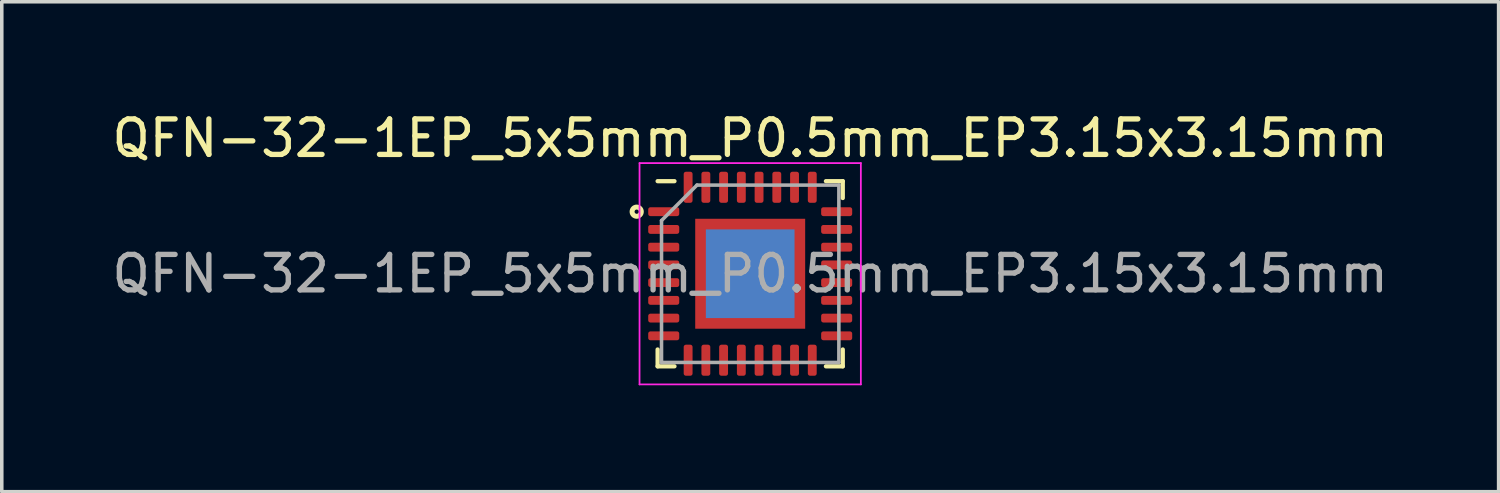
<source format=kicad_pcb>
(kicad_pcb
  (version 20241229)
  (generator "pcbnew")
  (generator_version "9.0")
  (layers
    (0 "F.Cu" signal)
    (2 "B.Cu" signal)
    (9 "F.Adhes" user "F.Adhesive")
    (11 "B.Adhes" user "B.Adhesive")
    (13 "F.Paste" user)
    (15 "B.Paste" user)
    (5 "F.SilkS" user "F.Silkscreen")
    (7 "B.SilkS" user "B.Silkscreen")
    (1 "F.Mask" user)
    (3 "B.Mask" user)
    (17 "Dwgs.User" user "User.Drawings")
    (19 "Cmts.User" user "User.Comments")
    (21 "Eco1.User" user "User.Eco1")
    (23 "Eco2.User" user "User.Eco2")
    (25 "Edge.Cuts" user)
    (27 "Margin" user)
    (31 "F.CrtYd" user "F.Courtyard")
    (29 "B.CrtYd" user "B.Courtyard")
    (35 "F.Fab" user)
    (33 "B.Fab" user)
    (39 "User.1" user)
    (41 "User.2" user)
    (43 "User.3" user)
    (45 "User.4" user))
  (footprint "QFN-32-1EP_5x5mm_P0.5mm_EP3.15x3.15mm"
    (layer "F.Cu")
    (at 18.101 4.668)
    (property "Reference" "QFN-32-1EP_5x5mm_P0.5mm_EP3.15x3.15mm" (at 0 -3.82 0) (layer "F.SilkS") (effects (font (size 1 1) (thickness 0.15))))
    (attr smd)
    (fp_line (start -2.61 2.61) (end -2.61 2.135) (stroke (width 0.12) (type solid)) (layer "F.SilkS"))
    (fp_line (start -2.135 -2.61) (end -2.61 -2.61) (stroke (width 0.12) (type solid)) (layer "F.SilkS"))
    (fp_line (start -2.135 2.61) (end -2.61 2.61) (stroke (width 0.12) (type solid)) (layer "F.SilkS"))
    (fp_line (start 2.135 -2.61) (end 2.61 -2.61) (stroke (width 0.12) (type solid)) (layer "F.SilkS"))
    (fp_line (start 2.135 2.61) (end 2.61 2.61) (stroke (width 0.12) (type solid)) (layer "F.SilkS"))
    (fp_line (start 2.61 -2.61) (end 2.61 -2.135) (stroke (width 0.12) (type solid)) (layer "F.SilkS"))
    (fp_line (start 2.61 2.61) (end 2.61 2.135) (stroke (width 0.12) (type solid)) (layer "F.SilkS"))
    (fp_circle (center -3.2 -1.75) (end -3.14 -1.75) (stroke (width 0.14) (type solid)) (fill no) (layer "F.SilkS"))
    (fp_line (start -3.12 -3.12) (end -3.12 3.12) (stroke (width 0.05) (type solid)) (layer "F.CrtYd"))
    (fp_line (start -3.12 3.12) (end 3.12 3.12) (stroke (width 0.05) (type solid)) (layer "F.CrtYd"))
    (fp_line (start 3.12 -3.12) (end -3.12 -3.12) (stroke (width 0.05) (type solid)) (layer "F.CrtYd"))
    (fp_line (start 3.12 3.12) (end 3.12 -3.12) (stroke (width 0.05) (type solid)) (layer "F.CrtYd"))
    (fp_line (start -2.5 -1.5) (end -1.5 -2.5) (stroke (width 0.1) (type solid)) (layer "F.Fab"))
    (fp_line (start -2.5 2.5) (end -2.5 -1.5) (stroke (width 0.1) (type solid)) (layer "F.Fab"))
    (fp_line (start -1.5 -2.5) (end 2.5 -2.5) (stroke (width 0.1) (type solid)) (layer "F.Fab"))
    (fp_line (start 2.5 -2.5) (end 2.5 2.5) (stroke (width 0.1) (type solid)) (layer "F.Fab"))
    (fp_line (start 2.5 2.5) (end -2.5 2.5) (stroke (width 0.1) (type solid)) (layer "F.Fab"))
    (fp_text user "${REFERENCE}" (at 0 0 0) (layer "F.Fab") (effects (font (size 1 1) (thickness 0.15))))
    (pad "" smd custom (at -1.275 -1.275) (size 0.319 0.319) (layers "F.Paste") (options (anchor circle)) (primitives (gr_poly (pts (xy -0.111 -0.111) (xy 0.111 -0.111) (xy 0.111 -0.000473) (xy -0.000473 0.111) (xy -0.111 0.111)) (width 0.222) (fill yes))))
    (pad "" smd custom (at -1.275 -0.5) (size 0.35 0.35) (layers "F.Paste") (options (anchor circle)) (primitives (gr_poly (pts (xy -0.128 -0.309) (xy 0.05 -0.309) (xy 0.128 -0.232) (xy 0.128 0.232) (xy 0.05 0.309) (xy -0.128 0.309)) (width 0.188) (fill yes))))
    (pad "" smd custom (at -1.275 0.5) (size 0.35 0.35) (layers "F.Paste") (options (anchor circle)) (primitives (gr_poly (pts (xy -0.128 -0.309) (xy 0.05 -0.309) (xy 0.128 -0.232) (xy 0.128 0.232) (xy 0.05 0.309) (xy -0.128 0.309)) (width 0.188) (fill yes))))
    (pad "" smd custom (at -1.275 1.275) (size 0.319 0.319) (layers "F.Paste") (options (anchor circle)) (primitives (gr_poly (pts (xy -0.111 -0.111) (xy -0.000473 -0.111) (xy 0.111 0.000473) (xy 0.111 0.111) (xy -0.111 0.111)) (width 0.222) (fill yes))))
    (pad "" smd custom (at -0.5 -1.275) (size 0.35 0.35) (layers "F.Paste") (options (anchor circle)) (primitives (gr_poly (pts (xy -0.309 -0.128) (xy 0.309 -0.128) (xy 0.309 0.05) (xy 0.232 0.128) (xy -0.232 0.128) (xy -0.309 0.05)) (width 0.188) (fill yes))))
    (pad "" smd roundrect (at -0.5 -0.5) (size 0.806 0.806) (layers "F.Paste") (roundrect_rratio 0.25))
    (pad "" smd roundrect (at -0.5 0.5) (size 0.806 0.806) (layers "F.Paste") (roundrect_rratio 0.25))
    (pad "" smd custom (at -0.5 1.275) (size 0.35 0.35) (layers "F.Paste") (options (anchor circle)) (primitives (gr_poly (pts (xy -0.309 -0.05) (xy -0.232 -0.128) (xy 0.232 -0.128) (xy 0.309 -0.05) (xy 0.309 0.128) (xy -0.309 0.128)) (width 0.188) (fill yes))))
    (pad "" smd custom (at 0.5 -1.275) (size 0.35 0.35) (layers "F.Paste") (options (anchor circle)) (primitives (gr_poly (pts (xy -0.309 -0.128) (xy 0.309 -0.128) (xy 0.309 0.05) (xy 0.232 0.128) (xy -0.232 0.128) (xy -0.309 0.05)) (width 0.188) (fill yes))))
    (pad "" smd roundrect (at 0.5 -0.5) (size 0.806 0.806) (layers "F.Paste") (roundrect_rratio 0.25))
    (pad "" smd roundrect (at 0.5 0.5) (size 0.806 0.806) (layers "F.Paste") (roundrect_rratio 0.25))
    (pad "" smd custom (at 0.5 1.275) (size 0.35 0.35) (layers "F.Paste") (options (anchor circle)) (primitives (gr_poly (pts (xy -0.309 -0.05) (xy -0.232 -0.128) (xy 0.232 -0.128) (xy 0.309 -0.05) (xy 0.309 0.128) (xy -0.309 0.128)) (width 0.188) (fill yes))))
    (pad "" smd custom (at 1.275 -1.275) (size 0.319 0.319) (layers "F.Paste") (options (anchor circle)) (primitives (gr_poly (pts (xy -0.111 -0.111) (xy 0.111 -0.111) (xy 0.111 0.111) (xy 0.000473 0.111) (xy -0.111 -0.000473)) (width 0.222) (fill yes))))
    (pad "" smd custom (at 1.275 -0.5) (size 0.35 0.35) (layers "F.Paste") (options (anchor circle)) (primitives (gr_poly (pts (xy -0.128 -0.232) (xy -0.05 -0.309) (xy 0.128 -0.309) (xy 0.128 0.309) (xy -0.05 0.309) (xy -0.128 0.232)) (width 0.188) (fill yes))))
    (pad "" smd custom (at 1.275 0.5) (size 0.35 0.35) (layers "F.Paste") (options (anchor circle)) (primitives (gr_poly (pts (xy -0.128 -0.232) (xy -0.05 -0.309) (xy 0.128 -0.309) (xy 0.128 0.309) (xy -0.05 0.309) (xy -0.128 0.232)) (width 0.188) (fill yes))))
    (pad "" smd custom (at 1.275 1.275) (size 0.319 0.319) (layers "F.Paste") (options (anchor circle)) (primitives (gr_poly (pts (xy -0.111 0.000473) (xy 0.000473 -0.111) (xy 0.111 -0.111) (xy 0.111 0.111) (xy -0.111 0.111)) (width 0.222) (fill yes))))
    (pad "1" smd roundrect (at -2.438 -1.75) (size 0.875 0.25) (layers "F.Cu" "F.Mask" "F.Paste") (roundrect_rratio 0.25))
    (pad "2" smd roundrect (at -2.438 -1.25) (size 0.875 0.25) (layers "F.Cu" "F.Mask" "F.Paste") (roundrect_rratio 0.25))
    (pad "3" smd roundrect (at -2.438 -0.75) (size 0.875 0.25) (layers "F.Cu" "F.Mask" "F.Paste") (roundrect_rratio 0.25))
    (pad "4" smd roundrect (at -2.438 -0.25) (size 0.875 0.25) (layers "F.Cu" "F.Mask" "F.Paste") (roundrect_rratio 0.25))
    (pad "5" smd roundrect (at -2.438 0.25) (size 0.875 0.25) (layers "F.Cu" "F.Mask" "F.Paste") (roundrect_rratio 0.25))
    (pad "6" smd roundrect (at -2.438 0.75) (size 0.875 0.25) (layers "F.Cu" "F.Mask" "F.Paste") (roundrect_rratio 0.25))
    (pad "7" smd roundrect (at -2.438 1.25) (size 0.875 0.25) (layers "F.Cu" "F.Mask" "F.Paste") (roundrect_rratio 0.25))
    (pad "8" smd roundrect (at -2.438 1.75) (size 0.875 0.25) (layers "F.Cu" "F.Mask" "F.Paste") (roundrect_rratio 0.25))
    (pad "9" smd roundrect (at -1.75 2.438) (size 0.25 0.875) (layers "F.Cu" "F.Mask" "F.Paste") (roundrect_rratio 0.25))
    (pad "10" smd roundrect (at -1.25 2.438) (size 0.25 0.875) (layers "F.Cu" "F.Mask" "F.Paste") (roundrect_rratio 0.25))
    (pad "11" smd roundrect (at -0.75 2.438) (size 0.25 0.875) (layers "F.Cu" "F.Mask" "F.Paste") (roundrect_rratio 0.25))
    (pad "12" smd roundrect (at -0.25 2.438) (size 0.25 0.875) (layers "F.Cu" "F.Mask" "F.Paste") (roundrect_rratio 0.25))
    (pad "13" smd roundrect (at 0.25 2.438) (size 0.25 0.875) (layers "F.Cu" "F.Mask" "F.Paste") (roundrect_rratio 0.25))
    (pad "14" smd roundrect (at 0.75 2.438) (size 0.25 0.875) (layers "F.Cu" "F.Mask" "F.Paste") (roundrect_rratio 0.25))
    (pad "15" smd roundrect (at 1.25 2.438) (size 0.25 0.875) (layers "F.Cu" "F.Mask" "F.Paste") (roundrect_rratio 0.25))
    (pad "16" smd roundrect (at 1.75 2.438) (size 0.25 0.875) (layers "F.Cu" "F.Mask" "F.Paste") (roundrect_rratio 0.25))
    (pad "17" smd roundrect (at 2.438 1.75) (size 0.875 0.25) (layers "F.Cu" "F.Mask" "F.Paste") (roundrect_rratio 0.25))
    (pad "18" smd roundrect (at 2.438 1.25) (size 0.875 0.25) (layers "F.Cu" "F.Mask" "F.Paste") (roundrect_rratio 0.25))
    (pad "19" smd roundrect (at 2.438 0.75) (size 0.875 0.25) (layers "F.Cu" "F.Mask" "F.Paste") (roundrect_rratio 0.25))
    (pad "20" smd roundrect (at 2.438 0.25) (size 0.875 0.25) (layers "F.Cu" "F.Mask" "F.Paste") (roundrect_rratio 0.25))
    (pad "21" smd roundrect (at 2.438 -0.25) (size 0.875 0.25) (layers "F.Cu" "F.Mask" "F.Paste") (roundrect_rratio 0.25))
    (pad "22" smd roundrect (at 2.438 -0.75) (size 0.875 0.25) (layers "F.Cu" "F.Mask" "F.Paste") (roundrect_rratio 0.25))
    (pad "23" smd roundrect (at 2.438 -1.25) (size 0.875 0.25) (layers "F.Cu" "F.Mask" "F.Paste") (roundrect_rratio 0.25))
    (pad "24" smd roundrect (at 2.438 -1.75) (size 0.875 0.25) (layers "F.Cu" "F.Mask" "F.Paste") (roundrect_rratio 0.25))
    (pad "25" smd roundrect (at 1.75 -2.438) (size 0.25 0.875) (layers "F.Cu" "F.Mask" "F.Paste") (roundrect_rratio 0.25))
    (pad "26" smd roundrect (at 1.25 -2.438) (size 0.25 0.875) (layers "F.Cu" "F.Mask" "F.Paste") (roundrect_rratio 0.25))
    (pad "27" smd roundrect (at 0.75 -2.438) (size 0.25 0.875) (layers "F.Cu" "F.Mask" "F.Paste") (roundrect_rratio 0.25))
    (pad "28" smd roundrect (at 0.25 -2.438) (size 0.25 0.875) (layers "F.Cu" "F.Mask" "F.Paste") (roundrect_rratio 0.25))
    (pad "29" smd roundrect (at -0.25 -2.438) (size 0.25 0.875) (layers "F.Cu" "F.Mask" "F.Paste") (roundrect_rratio 0.25))
    (pad "30" smd roundrect (at -0.75 -2.438) (size 0.25 0.875) (layers "F.Cu" "F.Mask" "F.Paste") (roundrect_rratio 0.25))
    (pad "31" smd roundrect (at -1.25 -2.438) (size 0.25 0.875) (layers "F.Cu" "F.Mask" "F.Paste") (roundrect_rratio 0.25))
    (pad "32" smd roundrect (at -1.75 -2.438) (size 0.25 0.875) (layers "F.Cu" "F.Mask" "F.Paste") (roundrect_rratio 0.25))
    (pad "33" smd rect (at 0 0) (size 2.5 2.5) (layers "B.Cu"))
    (pad "33" smd rect (at 0 0) (size 3.1 3.1) (layers "F.Cu" "F.Mask")))
  (gr_rect
    (start -3 -3)
    (end 39.202 10.813)
    (stroke (width 0.1) (type default))
    (fill no)
    (layer "Edge.Cuts")))
</source>
